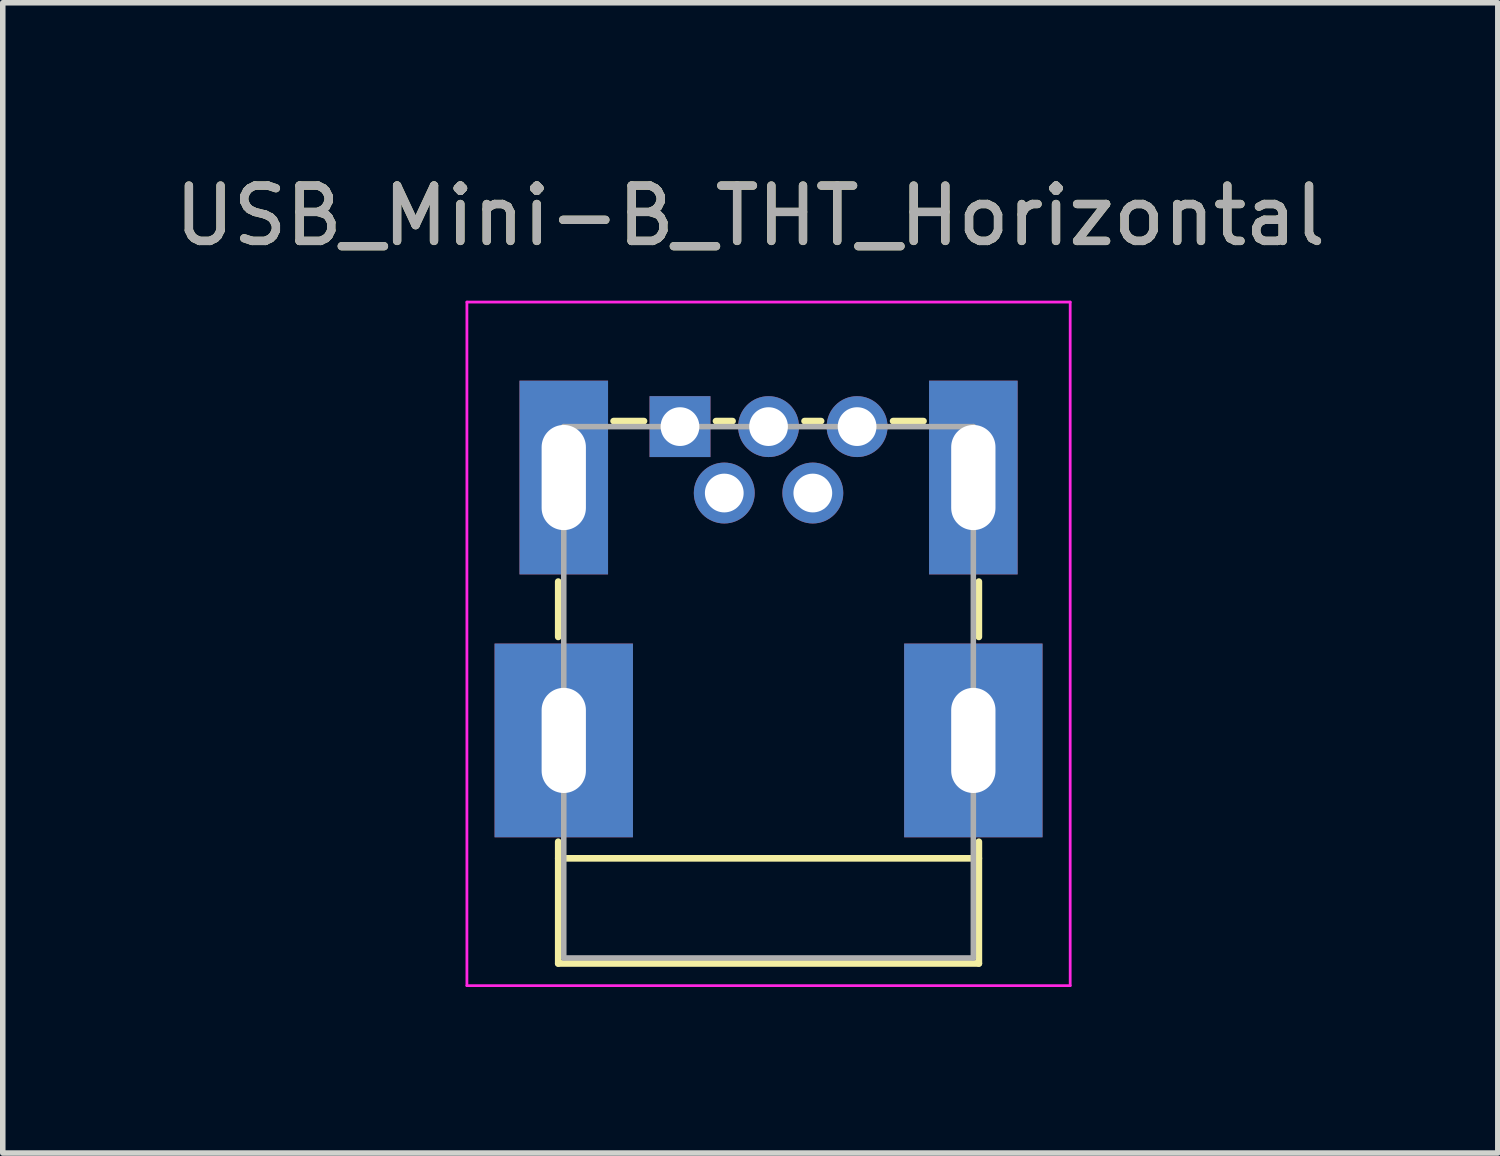
<source format=kicad_pcb>
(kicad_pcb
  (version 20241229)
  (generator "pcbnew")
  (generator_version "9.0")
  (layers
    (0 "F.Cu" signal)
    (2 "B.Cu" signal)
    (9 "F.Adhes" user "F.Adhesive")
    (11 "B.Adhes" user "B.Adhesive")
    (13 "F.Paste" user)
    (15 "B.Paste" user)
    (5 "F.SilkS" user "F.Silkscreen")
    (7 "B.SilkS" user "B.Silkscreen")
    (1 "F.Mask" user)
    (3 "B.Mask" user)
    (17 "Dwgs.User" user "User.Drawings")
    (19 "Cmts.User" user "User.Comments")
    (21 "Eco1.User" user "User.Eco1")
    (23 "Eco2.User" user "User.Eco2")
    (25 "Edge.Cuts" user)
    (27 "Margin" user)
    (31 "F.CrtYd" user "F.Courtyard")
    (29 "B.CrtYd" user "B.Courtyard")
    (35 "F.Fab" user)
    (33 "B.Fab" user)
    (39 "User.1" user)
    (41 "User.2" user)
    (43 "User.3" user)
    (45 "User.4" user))
  (footprint "USB_Mini-B_THT_Horizontal"
    (layer "F.Cu")
    (at 9.236 4.658)
    (property "Reference" "USB_Mini-B_THT_Horizontal" (at 1.27 -3.81 0) (layer "F.SilkS") (effects (font (size 1 1) (thickness 0.15))))
    (attr through_hole)
    (fp_line (start -2.2 2.8) (end -2.2 3.8) (stroke (width 0.12) (type solid)) (layer "F.SilkS"))
    (fp_line (start -2.2 7.5) (end -2.2 9.7) (stroke (width 0.12) (type solid)) (layer "F.SilkS"))
    (fp_line (start -2.2 7.8) (end 5.4 7.8) (stroke (width 0.12) (type solid)) (layer "F.SilkS"))
    (fp_line (start -2.2 9.7) (end 5.4 9.7) (stroke (width 0.12) (type solid)) (layer "F.SilkS"))
    (fp_line (start -1.2 -0.1) (end -0.65 -0.1) (stroke (width 0.12) (type solid)) (layer "F.SilkS"))
    (fp_line (start 0.65 -0.1) (end 0.95 -0.1) (stroke (width 0.12) (type solid)) (layer "F.SilkS"))
    (fp_line (start 2.25 -0.1) (end 2.55 -0.1) (stroke (width 0.12) (type solid)) (layer "F.SilkS"))
    (fp_line (start 3.85 -0.1) (end 4.4 -0.1) (stroke (width 0.12) (type solid)) (layer "F.SilkS"))
    (fp_line (start 5.4 2.8) (end 5.4 3.8) (stroke (width 0.12) (type solid)) (layer "F.SilkS"))
    (fp_line (start 5.4 9.7) (end 5.4 7.5) (stroke (width 0.12) (type solid)) (layer "F.SilkS"))
    (fp_line (start -3.85 -2.25) (end -3.85 10.1) (stroke (width 0.05) (type solid)) (layer "F.CrtYd"))
    (fp_line (start -3.85 -2.25) (end 7.05 -2.25) (stroke (width 0.05) (type solid)) (layer "F.CrtYd"))
    (fp_line (start 7.05 10.1) (end -3.85 10.1) (stroke (width 0.05) (type solid)) (layer "F.CrtYd"))
    (fp_line (start 7.05 10.1) (end 7.05 -2.25) (stroke (width 0.05) (type solid)) (layer "F.CrtYd"))
    (fp_line (start -2.1 0) (end 5.3 0) (stroke (width 0.1) (type solid)) (layer "F.Fab"))
    (fp_line (start -2.1 9.6) (end -2.1 0) (stroke (width 0.1) (type solid)) (layer "F.Fab"))
    (fp_line (start 5.3 0) (end 5.3 9.6) (stroke (width 0.1) (type solid)) (layer "F.Fab"))
    (fp_line (start 5.3 9.6) (end -2.1 9.6) (stroke (width 0.1) (type solid)) (layer "F.Fab"))
    (fp_text user "${REFERENCE}" (at 1.27 -3.81 0) (layer "F.Fab") (effects (font (size 1 1) (thickness 0.15))))
    (pad "1" thru_hole rect (at 0 0) (size 1.1 1.1) (drill 0.7) (layers "*.Cu" "*.Mask"))
    (pad "2" thru_hole circle (at 0.8 1.2) (size 1.1 1.1) (drill 0.7) (layers "*.Cu" "*.Mask"))
    (pad "3" thru_hole circle (at 1.6 0) (size 1.1 1.1) (drill 0.7) (layers "*.Cu" "*.Mask"))
    (pad "4" thru_hole circle (at 2.4 1.2) (size 1.1 1.1) (drill 0.7) (layers "*.Cu" "*.Mask"))
    (pad "5" thru_hole circle (at 3.2 0) (size 1.1 1.1) (drill 0.7) (layers "*.Cu" "*.Mask"))
    (pad "6" thru_hole rect (at -2.1 0.92) (size 1.6 3.5) (drill oval 0.8 1.9) (layers "*.Cu" "*.Mask"))
    (pad "6" thru_hole rect (at -2.1 5.67) (size 2.5 3.5) (drill oval 0.8 1.9) (layers "*.Cu" "*.Mask"))
    (pad "6" thru_hole rect (at 5.3 0.92) (size 1.6 3.5) (drill oval 0.8 1.9) (layers "*.Cu" "*.Mask"))
    (pad "6" thru_hole rect (at 5.3 5.67) (size 2.5 3.5) (drill oval 0.8 1.9) (layers "*.Cu" "*.Mask")))
  (gr_rect
    (start -3 -3)
    (end 24.012 17.783)
    (stroke (width 0.1) (type default))
    (fill no)
    (layer "Edge.Cuts")))
</source>
